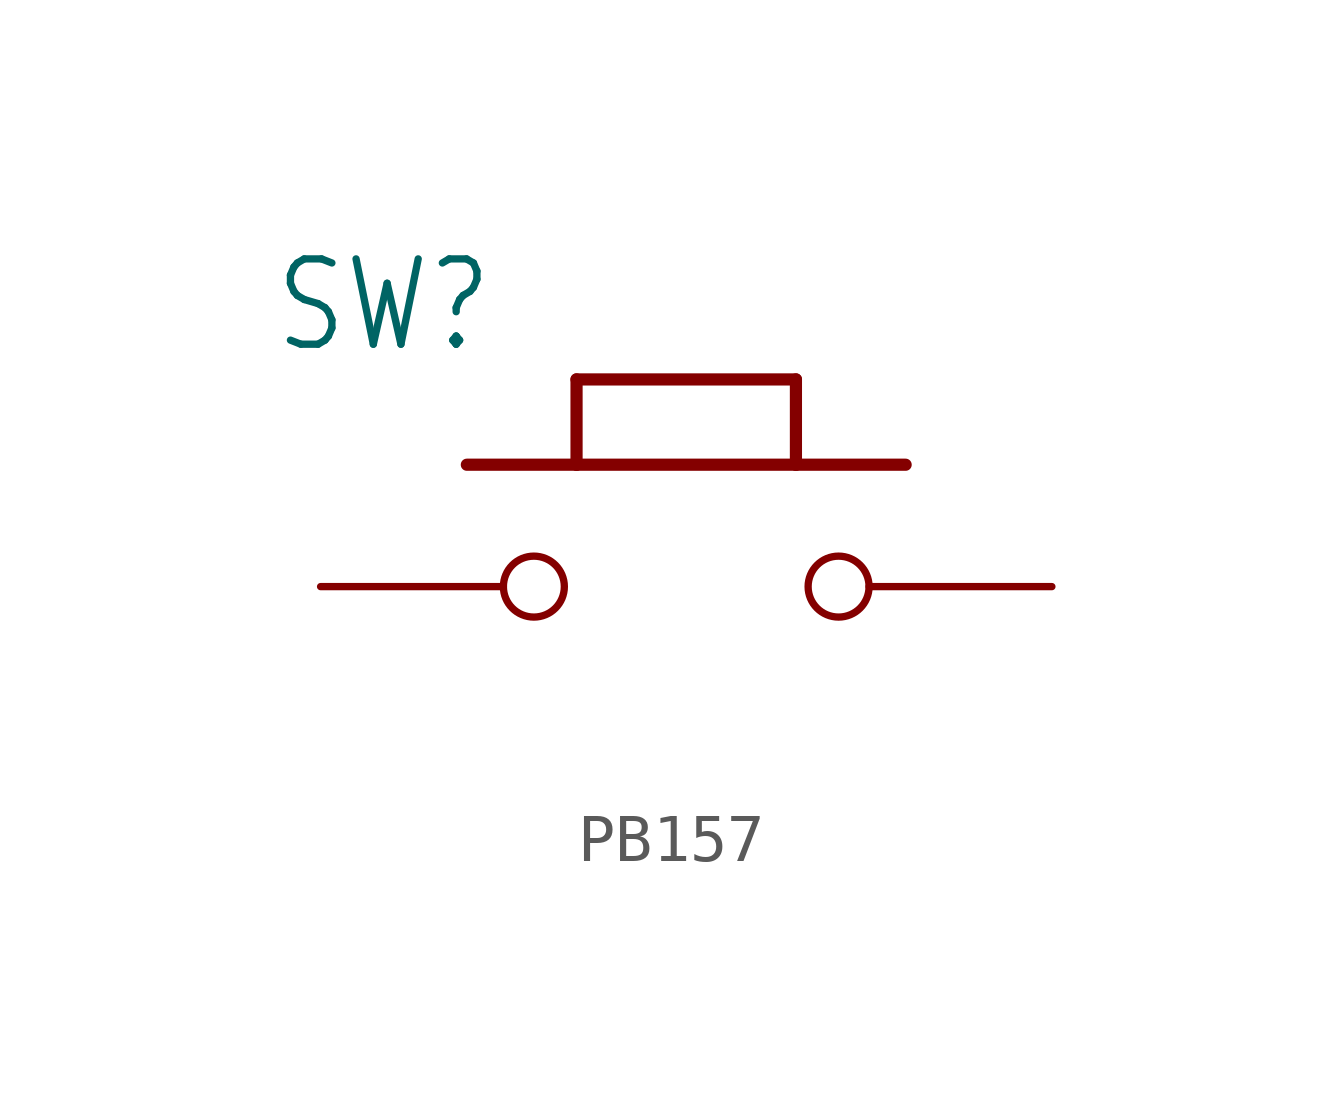
<source format=kicad_sym>
(kicad_symbol_lib
  (version 20231120)
  (generator "kicad_symbol_editor")
  (generator_version "8.0")
  (symbol "PB157"
    (property "Reference" "SW"
      (at -8.636 4.826 0)
      (effects (font (size 1.778 1.511)) (justify left bottom)))
    (property "Value" ""
      (at -4.318 -3.302 0)
      (effects (font (size 1.778 1.511)) (justify left bottom)))
    (property "ki_locked" ""
      (at 0 0 0)
      (effects (font (size 1.27 1.27))))
    (symbol "PB157_1_0"
      (polyline (pts (xy -4.572 2.54) (xy -2.286 2.54)) (stroke (width 0.254) (type solid)) (fill (type none)))
      (polyline (pts (xy -2.286 2.54) (xy -2.286 4.318)) (stroke (width 0.254) (type solid)) (fill (type none)))
      (polyline (pts (xy -2.286 2.54) (xy 2.286 2.54)) (stroke (width 0.254) (type solid)) (fill (type none)))
      (polyline (pts (xy -2.286 4.318) (xy 2.286 4.318)) (stroke (width 0.254) (type solid)) (fill (type none)))
      (polyline (pts (xy 2.286 2.54) (xy 4.572 2.54)) (stroke (width 0.254) (type solid)) (fill (type none)))
      (polyline (pts (xy 2.286 4.318) (xy 2.286 2.54)) (stroke (width 0.254) (type solid)) (fill (type none)))
      (pin passive inverted (at -7.62 0 0) (length 5.08) (name "1" (effects (font (size 0 0)))) (number "1" (effects (font (size 0 0)))))
      (pin passive inverted (at 7.62 0 180) (length 5.08) (name "2" (effects (font (size 0 0)))) (number "2" (effects (font (size 0 0))))))))
</source>
